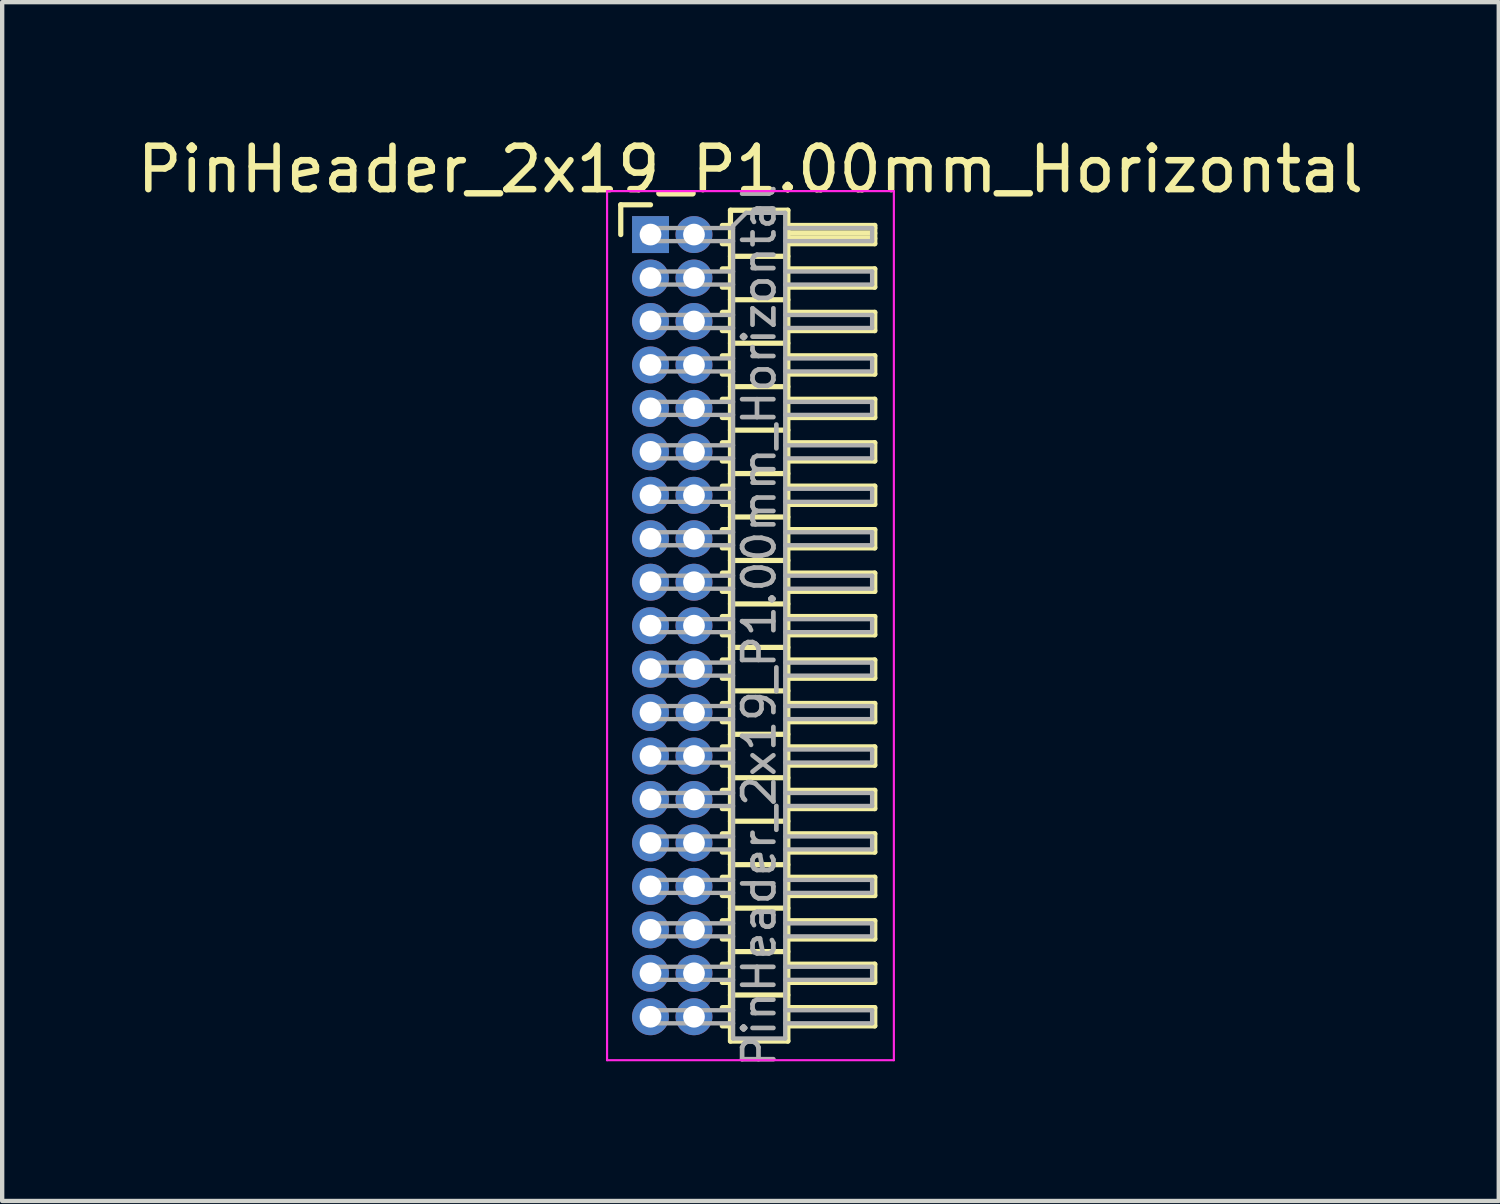
<source format=kicad_pcb>
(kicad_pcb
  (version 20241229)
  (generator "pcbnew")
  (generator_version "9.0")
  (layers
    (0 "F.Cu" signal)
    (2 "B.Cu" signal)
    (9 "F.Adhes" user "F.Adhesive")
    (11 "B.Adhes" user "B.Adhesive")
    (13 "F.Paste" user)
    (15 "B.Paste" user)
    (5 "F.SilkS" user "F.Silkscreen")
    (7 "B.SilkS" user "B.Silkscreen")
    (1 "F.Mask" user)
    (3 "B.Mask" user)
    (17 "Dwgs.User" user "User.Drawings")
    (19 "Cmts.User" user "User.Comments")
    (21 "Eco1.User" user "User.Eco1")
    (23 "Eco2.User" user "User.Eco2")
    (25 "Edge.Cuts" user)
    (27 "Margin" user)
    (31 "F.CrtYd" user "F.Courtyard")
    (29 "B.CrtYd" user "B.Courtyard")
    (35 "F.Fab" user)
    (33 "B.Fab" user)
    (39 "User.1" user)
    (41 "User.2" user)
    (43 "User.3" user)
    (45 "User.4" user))
  (footprint "PinHeader_2x19_P1.00mm_Horizontal"
    (layer "F.Cu")
    (at 11.92 2.348)
    (property "Reference" "PinHeader_2x19_P1.00mm_Horizontal" (at 2.3 -1.5 0) (layer "F.SilkS") (effects (font (size 1 1) (thickness 0.15))))
    (attr through_hole)
    (fp_line (start -0.685 -0.685) (end 0 -0.685) (stroke (width 0.12) (type solid)) (layer "F.SilkS"))
    (fp_line (start -0.685 0) (end -0.685 -0.685) (stroke (width 0.12) (type solid)) (layer "F.SilkS"))
    (fp_line (start 1.652 -0.21) (end 1.84 -0.21) (stroke (width 0.12) (type solid)) (layer "F.SilkS"))
    (fp_line (start 1.652 0.21) (end 1.84 0.21) (stroke (width 0.12) (type solid)) (layer "F.SilkS"))
    (fp_line (start 1.652 0.79) (end 1.84 0.79) (stroke (width 0.12) (type solid)) (layer "F.SilkS"))
    (fp_line (start 1.652 1.21) (end 1.84 1.21) (stroke (width 0.12) (type solid)) (layer "F.SilkS"))
    (fp_line (start 1.652 1.79) (end 1.84 1.79) (stroke (width 0.12) (type solid)) (layer "F.SilkS"))
    (fp_line (start 1.652 2.21) (end 1.84 2.21) (stroke (width 0.12) (type solid)) (layer "F.SilkS"))
    (fp_line (start 1.652 2.79) (end 1.84 2.79) (stroke (width 0.12) (type solid)) (layer "F.SilkS"))
    (fp_line (start 1.652 3.21) (end 1.84 3.21) (stroke (width 0.12) (type solid)) (layer "F.SilkS"))
    (fp_line (start 1.652 3.79) (end 1.84 3.79) (stroke (width 0.12) (type solid)) (layer "F.SilkS"))
    (fp_line (start 1.652 4.21) (end 1.84 4.21) (stroke (width 0.12) (type solid)) (layer "F.SilkS"))
    (fp_line (start 1.652 4.79) (end 1.84 4.79) (stroke (width 0.12) (type solid)) (layer "F.SilkS"))
    (fp_line (start 1.652 5.21) (end 1.84 5.21) (stroke (width 0.12) (type solid)) (layer "F.SilkS"))
    (fp_line (start 1.652 5.79) (end 1.84 5.79) (stroke (width 0.12) (type solid)) (layer "F.SilkS"))
    (fp_line (start 1.652 6.21) (end 1.84 6.21) (stroke (width 0.12) (type solid)) (layer "F.SilkS"))
    (fp_line (start 1.652 6.79) (end 1.84 6.79) (stroke (width 0.12) (type solid)) (layer "F.SilkS"))
    (fp_line (start 1.652 7.21) (end 1.84 7.21) (stroke (width 0.12) (type solid)) (layer "F.SilkS"))
    (fp_line (start 1.652 7.79) (end 1.84 7.79) (stroke (width 0.12) (type solid)) (layer "F.SilkS"))
    (fp_line (start 1.652 8.21) (end 1.84 8.21) (stroke (width 0.12) (type solid)) (layer "F.SilkS"))
    (fp_line (start 1.652 8.79) (end 1.84 8.79) (stroke (width 0.12) (type solid)) (layer "F.SilkS"))
    (fp_line (start 1.652 9.21) (end 1.84 9.21) (stroke (width 0.12) (type solid)) (layer "F.SilkS"))
    (fp_line (start 1.652 9.79) (end 1.84 9.79) (stroke (width 0.12) (type solid)) (layer "F.SilkS"))
    (fp_line (start 1.652 10.21) (end 1.84 10.21) (stroke (width 0.12) (type solid)) (layer "F.SilkS"))
    (fp_line (start 1.652 10.79) (end 1.84 10.79) (stroke (width 0.12) (type solid)) (layer "F.SilkS"))
    (fp_line (start 1.652 11.21) (end 1.84 11.21) (stroke (width 0.12) (type solid)) (layer "F.SilkS"))
    (fp_line (start 1.652 11.79) (end 1.84 11.79) (stroke (width 0.12) (type solid)) (layer "F.SilkS"))
    (fp_line (start 1.652 12.21) (end 1.84 12.21) (stroke (width 0.12) (type solid)) (layer "F.SilkS"))
    (fp_line (start 1.652 12.79) (end 1.84 12.79) (stroke (width 0.12) (type solid)) (layer "F.SilkS"))
    (fp_line (start 1.652 13.21) (end 1.84 13.21) (stroke (width 0.12) (type solid)) (layer "F.SilkS"))
    (fp_line (start 1.652 13.79) (end 1.84 13.79) (stroke (width 0.12) (type solid)) (layer "F.SilkS"))
    (fp_line (start 1.652 14.21) (end 1.84 14.21) (stroke (width 0.12) (type solid)) (layer "F.SilkS"))
    (fp_line (start 1.652 14.79) (end 1.84 14.79) (stroke (width 0.12) (type solid)) (layer "F.SilkS"))
    (fp_line (start 1.652 15.21) (end 1.84 15.21) (stroke (width 0.12) (type solid)) (layer "F.SilkS"))
    (fp_line (start 1.652 15.79) (end 1.84 15.79) (stroke (width 0.12) (type solid)) (layer "F.SilkS"))
    (fp_line (start 1.652 16.21) (end 1.84 16.21) (stroke (width 0.12) (type solid)) (layer "F.SilkS"))
    (fp_line (start 1.652 16.79) (end 1.84 16.79) (stroke (width 0.12) (type solid)) (layer "F.SilkS"))
    (fp_line (start 1.652 17.21) (end 1.84 17.21) (stroke (width 0.12) (type solid)) (layer "F.SilkS"))
    (fp_line (start 1.652 17.79) (end 1.84 17.79) (stroke (width 0.12) (type solid)) (layer "F.SilkS"))
    (fp_line (start 1.652 18.21) (end 1.84 18.21) (stroke (width 0.12) (type solid)) (layer "F.SilkS"))
    (fp_line (start 1.84 -0.56) (end 1.84 18.56) (stroke (width 0.12) (type solid)) (layer "F.SilkS"))
    (fp_line (start 1.84 0.5) (end 3.16 0.5) (stroke (width 0.12) (type solid)) (layer "F.SilkS"))
    (fp_line (start 1.84 1.5) (end 3.16 1.5) (stroke (width 0.12) (type solid)) (layer "F.SilkS"))
    (fp_line (start 1.84 2.5) (end 3.16 2.5) (stroke (width 0.12) (type solid)) (layer "F.SilkS"))
    (fp_line (start 1.84 3.5) (end 3.16 3.5) (stroke (width 0.12) (type solid)) (layer "F.SilkS"))
    (fp_line (start 1.84 4.5) (end 3.16 4.5) (stroke (width 0.12) (type solid)) (layer "F.SilkS"))
    (fp_line (start 1.84 5.5) (end 3.16 5.5) (stroke (width 0.12) (type solid)) (layer "F.SilkS"))
    (fp_line (start 1.84 6.5) (end 3.16 6.5) (stroke (width 0.12) (type solid)) (layer "F.SilkS"))
    (fp_line (start 1.84 7.5) (end 3.16 7.5) (stroke (width 0.12) (type solid)) (layer "F.SilkS"))
    (fp_line (start 1.84 8.5) (end 3.16 8.5) (stroke (width 0.12) (type solid)) (layer "F.SilkS"))
    (fp_line (start 1.84 9.5) (end 3.16 9.5) (stroke (width 0.12) (type solid)) (layer "F.SilkS"))
    (fp_line (start 1.84 10.5) (end 3.16 10.5) (stroke (width 0.12) (type solid)) (layer "F.SilkS"))
    (fp_line (start 1.84 11.5) (end 3.16 11.5) (stroke (width 0.12) (type solid)) (layer "F.SilkS"))
    (fp_line (start 1.84 12.5) (end 3.16 12.5) (stroke (width 0.12) (type solid)) (layer "F.SilkS"))
    (fp_line (start 1.84 13.5) (end 3.16 13.5) (stroke (width 0.12) (type solid)) (layer "F.SilkS"))
    (fp_line (start 1.84 14.5) (end 3.16 14.5) (stroke (width 0.12) (type solid)) (layer "F.SilkS"))
    (fp_line (start 1.84 15.5) (end 3.16 15.5) (stroke (width 0.12) (type solid)) (layer "F.SilkS"))
    (fp_line (start 1.84 16.5) (end 3.16 16.5) (stroke (width 0.12) (type solid)) (layer "F.SilkS"))
    (fp_line (start 1.84 17.5) (end 3.16 17.5) (stroke (width 0.12) (type solid)) (layer "F.SilkS"))
    (fp_line (start 1.84 18.56) (end 3.16 18.56) (stroke (width 0.12) (type solid)) (layer "F.SilkS"))
    (fp_line (start 3.16 -0.56) (end 1.84 -0.56) (stroke (width 0.12) (type solid)) (layer "F.SilkS"))
    (fp_line (start 3.16 -0.21) (end 5.16 -0.21) (stroke (width 0.12) (type solid)) (layer "F.SilkS"))
    (fp_line (start 3.16 -0.15) (end 5.16 -0.15) (stroke (width 0.12) (type solid)) (layer "F.SilkS"))
    (fp_line (start 3.16 -0.03) (end 5.16 -0.03) (stroke (width 0.12) (type solid)) (layer "F.SilkS"))
    (fp_line (start 3.16 0.09) (end 5.16 0.09) (stroke (width 0.12) (type solid)) (layer "F.SilkS"))
    (fp_line (start 3.16 0.79) (end 5.16 0.79) (stroke (width 0.12) (type solid)) (layer "F.SilkS"))
    (fp_line (start 3.16 1.79) (end 5.16 1.79) (stroke (width 0.12) (type solid)) (layer "F.SilkS"))
    (fp_line (start 3.16 2.79) (end 5.16 2.79) (stroke (width 0.12) (type solid)) (layer "F.SilkS"))
    (fp_line (start 3.16 3.79) (end 5.16 3.79) (stroke (width 0.12) (type solid)) (layer "F.SilkS"))
    (fp_line (start 3.16 4.79) (end 5.16 4.79) (stroke (width 0.12) (type solid)) (layer "F.SilkS"))
    (fp_line (start 3.16 5.79) (end 5.16 5.79) (stroke (width 0.12) (type solid)) (layer "F.SilkS"))
    (fp_line (start 3.16 6.79) (end 5.16 6.79) (stroke (width 0.12) (type solid)) (layer "F.SilkS"))
    (fp_line (start 3.16 7.79) (end 5.16 7.79) (stroke (width 0.12) (type solid)) (layer "F.SilkS"))
    (fp_line (start 3.16 8.79) (end 5.16 8.79) (stroke (width 0.12) (type solid)) (layer "F.SilkS"))
    (fp_line (start 3.16 9.79) (end 5.16 9.79) (stroke (width 0.12) (type solid)) (layer "F.SilkS"))
    (fp_line (start 3.16 10.79) (end 5.16 10.79) (stroke (width 0.12) (type solid)) (layer "F.SilkS"))
    (fp_line (start 3.16 11.79) (end 5.16 11.79) (stroke (width 0.12) (type solid)) (layer "F.SilkS"))
    (fp_line (start 3.16 12.79) (end 5.16 12.79) (stroke (width 0.12) (type solid)) (layer "F.SilkS"))
    (fp_line (start 3.16 13.79) (end 5.16 13.79) (stroke (width 0.12) (type solid)) (layer "F.SilkS"))
    (fp_line (start 3.16 14.79) (end 5.16 14.79) (stroke (width 0.12) (type solid)) (layer "F.SilkS"))
    (fp_line (start 3.16 15.79) (end 5.16 15.79) (stroke (width 0.12) (type solid)) (layer "F.SilkS"))
    (fp_line (start 3.16 16.79) (end 5.16 16.79) (stroke (width 0.12) (type solid)) (layer "F.SilkS"))
    (fp_line (start 3.16 17.79) (end 5.16 17.79) (stroke (width 0.12) (type solid)) (layer "F.SilkS"))
    (fp_line (start 3.16 18.56) (end 3.16 -0.56) (stroke (width 0.12) (type solid)) (layer "F.SilkS"))
    (fp_line (start 5.16 -0.21) (end 5.16 0.21) (stroke (width 0.12) (type solid)) (layer "F.SilkS"))
    (fp_line (start 5.16 0.21) (end 3.16 0.21) (stroke (width 0.12) (type solid)) (layer "F.SilkS"))
    (fp_line (start 5.16 0.79) (end 5.16 1.21) (stroke (width 0.12) (type solid)) (layer "F.SilkS"))
    (fp_line (start 5.16 1.21) (end 3.16 1.21) (stroke (width 0.12) (type solid)) (layer "F.SilkS"))
    (fp_line (start 5.16 1.79) (end 5.16 2.21) (stroke (width 0.12) (type solid)) (layer "F.SilkS"))
    (fp_line (start 5.16 2.21) (end 3.16 2.21) (stroke (width 0.12) (type solid)) (layer "F.SilkS"))
    (fp_line (start 5.16 2.79) (end 5.16 3.21) (stroke (width 0.12) (type solid)) (layer "F.SilkS"))
    (fp_line (start 5.16 3.21) (end 3.16 3.21) (stroke (width 0.12) (type solid)) (layer "F.SilkS"))
    (fp_line (start 5.16 3.79) (end 5.16 4.21) (stroke (width 0.12) (type solid)) (layer "F.SilkS"))
    (fp_line (start 5.16 4.21) (end 3.16 4.21) (stroke (width 0.12) (type solid)) (layer "F.SilkS"))
    (fp_line (start 5.16 4.79) (end 5.16 5.21) (stroke (width 0.12) (type solid)) (layer "F.SilkS"))
    (fp_line (start 5.16 5.21) (end 3.16 5.21) (stroke (width 0.12) (type solid)) (layer "F.SilkS"))
    (fp_line (start 5.16 5.79) (end 5.16 6.21) (stroke (width 0.12) (type solid)) (layer "F.SilkS"))
    (fp_line (start 5.16 6.21) (end 3.16 6.21) (stroke (width 0.12) (type solid)) (layer "F.SilkS"))
    (fp_line (start 5.16 6.79) (end 5.16 7.21) (stroke (width 0.12) (type solid)) (layer "F.SilkS"))
    (fp_line (start 5.16 7.21) (end 3.16 7.21) (stroke (width 0.12) (type solid)) (layer "F.SilkS"))
    (fp_line (start 5.16 7.79) (end 5.16 8.21) (stroke (width 0.12) (type solid)) (layer "F.SilkS"))
    (fp_line (start 5.16 8.21) (end 3.16 8.21) (stroke (width 0.12) (type solid)) (layer "F.SilkS"))
    (fp_line (start 5.16 8.79) (end 5.16 9.21) (stroke (width 0.12) (type solid)) (layer "F.SilkS"))
    (fp_line (start 5.16 9.21) (end 3.16 9.21) (stroke (width 0.12) (type solid)) (layer "F.SilkS"))
    (fp_line (start 5.16 9.79) (end 5.16 10.21) (stroke (width 0.12) (type solid)) (layer "F.SilkS"))
    (fp_line (start 5.16 10.21) (end 3.16 10.21) (stroke (width 0.12) (type solid)) (layer "F.SilkS"))
    (fp_line (start 5.16 10.79) (end 5.16 11.21) (stroke (width 0.12) (type solid)) (layer "F.SilkS"))
    (fp_line (start 5.16 11.21) (end 3.16 11.21) (stroke (width 0.12) (type solid)) (layer "F.SilkS"))
    (fp_line (start 5.16 11.79) (end 5.16 12.21) (stroke (width 0.12) (type solid)) (layer "F.SilkS"))
    (fp_line (start 5.16 12.21) (end 3.16 12.21) (stroke (width 0.12) (type solid)) (layer "F.SilkS"))
    (fp_line (start 5.16 12.79) (end 5.16 13.21) (stroke (width 0.12) (type solid)) (layer "F.SilkS"))
    (fp_line (start 5.16 13.21) (end 3.16 13.21) (stroke (width 0.12) (type solid)) (layer "F.SilkS"))
    (fp_line (start 5.16 13.79) (end 5.16 14.21) (stroke (width 0.12) (type solid)) (layer "F.SilkS"))
    (fp_line (start 5.16 14.21) (end 3.16 14.21) (stroke (width 0.12) (type solid)) (layer "F.SilkS"))
    (fp_line (start 5.16 14.79) (end 5.16 15.21) (stroke (width 0.12) (type solid)) (layer "F.SilkS"))
    (fp_line (start 5.16 15.21) (end 3.16 15.21) (stroke (width 0.12) (type solid)) (layer "F.SilkS"))
    (fp_line (start 5.16 15.79) (end 5.16 16.21) (stroke (width 0.12) (type solid)) (layer "F.SilkS"))
    (fp_line (start 5.16 16.21) (end 3.16 16.21) (stroke (width 0.12) (type solid)) (layer "F.SilkS"))
    (fp_line (start 5.16 16.79) (end 5.16 17.21) (stroke (width 0.12) (type solid)) (layer "F.SilkS"))
    (fp_line (start 5.16 17.21) (end 3.16 17.21) (stroke (width 0.12) (type solid)) (layer "F.SilkS"))
    (fp_line (start 5.16 17.79) (end 5.16 18.21) (stroke (width 0.12) (type solid)) (layer "F.SilkS"))
    (fp_line (start 5.16 18.21) (end 3.16 18.21) (stroke (width 0.12) (type solid)) (layer "F.SilkS"))
    (fp_line (start -1 -1) (end -1 19) (stroke (width 0.05) (type solid)) (layer "F.CrtYd"))
    (fp_line (start -1 19) (end 5.6 19) (stroke (width 0.05) (type solid)) (layer "F.CrtYd"))
    (fp_line (start 5.6 -1) (end -1 -1) (stroke (width 0.05) (type solid)) (layer "F.CrtYd"))
    (fp_line (start 5.6 19) (end 5.6 -1) (stroke (width 0.05) (type solid)) (layer "F.CrtYd"))
    (fp_line (start -0.15 -0.15) (end -0.15 0.15) (stroke (width 0.1) (type solid)) (layer "F.Fab"))
    (fp_line (start -0.15 -0.15) (end 1.9 -0.15) (stroke (width 0.1) (type solid)) (layer "F.Fab"))
    (fp_line (start -0.15 0.15) (end 1.9 0.15) (stroke (width 0.1) (type solid)) (layer "F.Fab"))
    (fp_line (start -0.15 0.85) (end -0.15 1.15) (stroke (width 0.1) (type solid)) (layer "F.Fab"))
    (fp_line (start -0.15 0.85) (end 1.9 0.85) (stroke (width 0.1) (type solid)) (layer "F.Fab"))
    (fp_line (start -0.15 1.15) (end 1.9 1.15) (stroke (width 0.1) (type solid)) (layer "F.Fab"))
    (fp_line (start -0.15 1.85) (end -0.15 2.15) (stroke (width 0.1) (type solid)) (layer "F.Fab"))
    (fp_line (start -0.15 1.85) (end 1.9 1.85) (stroke (width 0.1) (type solid)) (layer "F.Fab"))
    (fp_line (start -0.15 2.15) (end 1.9 2.15) (stroke (width 0.1) (type solid)) (layer "F.Fab"))
    (fp_line (start -0.15 2.85) (end -0.15 3.15) (stroke (width 0.1) (type solid)) (layer "F.Fab"))
    (fp_line (start -0.15 2.85) (end 1.9 2.85) (stroke (width 0.1) (type solid)) (layer "F.Fab"))
    (fp_line (start -0.15 3.15) (end 1.9 3.15) (stroke (width 0.1) (type solid)) (layer "F.Fab"))
    (fp_line (start -0.15 3.85) (end -0.15 4.15) (stroke (width 0.1) (type solid)) (layer "F.Fab"))
    (fp_line (start -0.15 3.85) (end 1.9 3.85) (stroke (width 0.1) (type solid)) (layer "F.Fab"))
    (fp_line (start -0.15 4.15) (end 1.9 4.15) (stroke (width 0.1) (type solid)) (layer "F.Fab"))
    (fp_line (start -0.15 4.85) (end -0.15 5.15) (stroke (width 0.1) (type solid)) (layer "F.Fab"))
    (fp_line (start -0.15 4.85) (end 1.9 4.85) (stroke (width 0.1) (type solid)) (layer "F.Fab"))
    (fp_line (start -0.15 5.15) (end 1.9 5.15) (stroke (width 0.1) (type solid)) (layer "F.Fab"))
    (fp_line (start -0.15 5.85) (end -0.15 6.15) (stroke (width 0.1) (type solid)) (layer "F.Fab"))
    (fp_line (start -0.15 5.85) (end 1.9 5.85) (stroke (width 0.1) (type solid)) (layer "F.Fab"))
    (fp_line (start -0.15 6.15) (end 1.9 6.15) (stroke (width 0.1) (type solid)) (layer "F.Fab"))
    (fp_line (start -0.15 6.85) (end -0.15 7.15) (stroke (width 0.1) (type solid)) (layer "F.Fab"))
    (fp_line (start -0.15 6.85) (end 1.9 6.85) (stroke (width 0.1) (type solid)) (layer "F.Fab"))
    (fp_line (start -0.15 7.15) (end 1.9 7.15) (stroke (width 0.1) (type solid)) (layer "F.Fab"))
    (fp_line (start -0.15 7.85) (end -0.15 8.15) (stroke (width 0.1) (type solid)) (layer "F.Fab"))
    (fp_line (start -0.15 7.85) (end 1.9 7.85) (stroke (width 0.1) (type solid)) (layer "F.Fab"))
    (fp_line (start -0.15 8.15) (end 1.9 8.15) (stroke (width 0.1) (type solid)) (layer "F.Fab"))
    (fp_line (start -0.15 8.85) (end -0.15 9.15) (stroke (width 0.1) (type solid)) (layer "F.Fab"))
    (fp_line (start -0.15 8.85) (end 1.9 8.85) (stroke (width 0.1) (type solid)) (layer "F.Fab"))
    (fp_line (start -0.15 9.15) (end 1.9 9.15) (stroke (width 0.1) (type solid)) (layer "F.Fab"))
    (fp_line (start -0.15 9.85) (end -0.15 10.15) (stroke (width 0.1) (type solid)) (layer "F.Fab"))
    (fp_line (start -0.15 9.85) (end 1.9 9.85) (stroke (width 0.1) (type solid)) (layer "F.Fab"))
    (fp_line (start -0.15 10.15) (end 1.9 10.15) (stroke (width 0.1) (type solid)) (layer "F.Fab"))
    (fp_line (start -0.15 10.85) (end -0.15 11.15) (stroke (width 0.1) (type solid)) (layer "F.Fab"))
    (fp_line (start -0.15 10.85) (end 1.9 10.85) (stroke (width 0.1) (type solid)) (layer "F.Fab"))
    (fp_line (start -0.15 11.15) (end 1.9 11.15) (stroke (width 0.1) (type solid)) (layer "F.Fab"))
    (fp_line (start -0.15 11.85) (end -0.15 12.15) (stroke (width 0.1) (type solid)) (layer "F.Fab"))
    (fp_line (start -0.15 11.85) (end 1.9 11.85) (stroke (width 0.1) (type solid)) (layer "F.Fab"))
    (fp_line (start -0.15 12.15) (end 1.9 12.15) (stroke (width 0.1) (type solid)) (layer "F.Fab"))
    (fp_line (start -0.15 12.85) (end -0.15 13.15) (stroke (width 0.1) (type solid)) (layer "F.Fab"))
    (fp_line (start -0.15 12.85) (end 1.9 12.85) (stroke (width 0.1) (type solid)) (layer "F.Fab"))
    (fp_line (start -0.15 13.15) (end 1.9 13.15) (stroke (width 0.1) (type solid)) (layer "F.Fab"))
    (fp_line (start -0.15 13.85) (end -0.15 14.15) (stroke (width 0.1) (type solid)) (layer "F.Fab"))
    (fp_line (start -0.15 13.85) (end 1.9 13.85) (stroke (width 0.1) (type solid)) (layer "F.Fab"))
    (fp_line (start -0.15 14.15) (end 1.9 14.15) (stroke (width 0.1) (type solid)) (layer "F.Fab"))
    (fp_line (start -0.15 14.85) (end -0.15 15.15) (stroke (width 0.1) (type solid)) (layer "F.Fab"))
    (fp_line (start -0.15 14.85) (end 1.9 14.85) (stroke (width 0.1) (type solid)) (layer "F.Fab"))
    (fp_line (start -0.15 15.15) (end 1.9 15.15) (stroke (width 0.1) (type solid)) (layer "F.Fab"))
    (fp_line (start -0.15 15.85) (end -0.15 16.15) (stroke (width 0.1) (type solid)) (layer "F.Fab"))
    (fp_line (start -0.15 15.85) (end 1.9 15.85) (stroke (width 0.1) (type solid)) (layer "F.Fab"))
    (fp_line (start -0.15 16.15) (end 1.9 16.15) (stroke (width 0.1) (type solid)) (layer "F.Fab"))
    (fp_line (start -0.15 16.85) (end -0.15 17.15) (stroke (width 0.1) (type solid)) (layer "F.Fab"))
    (fp_line (start -0.15 16.85) (end 1.9 16.85) (stroke (width 0.1) (type solid)) (layer "F.Fab"))
    (fp_line (start -0.15 17.15) (end 1.9 17.15) (stroke (width 0.1) (type solid)) (layer "F.Fab"))
    (fp_line (start -0.15 17.85) (end -0.15 18.15) (stroke (width 0.1) (type solid)) (layer "F.Fab"))
    (fp_line (start -0.15 17.85) (end 1.9 17.85) (stroke (width 0.1) (type solid)) (layer "F.Fab"))
    (fp_line (start -0.15 18.15) (end 1.9 18.15) (stroke (width 0.1) (type solid)) (layer "F.Fab"))
    (fp_line (start 1.9 -0.2) (end 2.2 -0.5) (stroke (width 0.1) (type solid)) (layer "F.Fab"))
    (fp_line (start 1.9 18.5) (end 1.9 -0.2) (stroke (width 0.1) (type solid)) (layer "F.Fab"))
    (fp_line (start 2.2 -0.5) (end 3.1 -0.5) (stroke (width 0.1) (type solid)) (layer "F.Fab"))
    (fp_line (start 3.1 -0.5) (end 3.1 18.5) (stroke (width 0.1) (type solid)) (layer "F.Fab"))
    (fp_line (start 3.1 -0.15) (end 5.1 -0.15) (stroke (width 0.1) (type solid)) (layer "F.Fab"))
    (fp_line (start 3.1 0.15) (end 5.1 0.15) (stroke (width 0.1) (type solid)) (layer "F.Fab"))
    (fp_line (start 3.1 0.85) (end 5.1 0.85) (stroke (width 0.1) (type solid)) (layer "F.Fab"))
    (fp_line (start 3.1 1.15) (end 5.1 1.15) (stroke (width 0.1) (type solid)) (layer "F.Fab"))
    (fp_line (start 3.1 1.85) (end 5.1 1.85) (stroke (width 0.1) (type solid)) (layer "F.Fab"))
    (fp_line (start 3.1 2.15) (end 5.1 2.15) (stroke (width 0.1) (type solid)) (layer "F.Fab"))
    (fp_line (start 3.1 2.85) (end 5.1 2.85) (stroke (width 0.1) (type solid)) (layer "F.Fab"))
    (fp_line (start 3.1 3.15) (end 5.1 3.15) (stroke (width 0.1) (type solid)) (layer "F.Fab"))
    (fp_line (start 3.1 3.85) (end 5.1 3.85) (stroke (width 0.1) (type solid)) (layer "F.Fab"))
    (fp_line (start 3.1 4.15) (end 5.1 4.15) (stroke (width 0.1) (type solid)) (layer "F.Fab"))
    (fp_line (start 3.1 4.85) (end 5.1 4.85) (stroke (width 0.1) (type solid)) (layer "F.Fab"))
    (fp_line (start 3.1 5.15) (end 5.1 5.15) (stroke (width 0.1) (type solid)) (layer "F.Fab"))
    (fp_line (start 3.1 5.85) (end 5.1 5.85) (stroke (width 0.1) (type solid)) (layer "F.Fab"))
    (fp_line (start 3.1 6.15) (end 5.1 6.15) (stroke (width 0.1) (type solid)) (layer "F.Fab"))
    (fp_line (start 3.1 6.85) (end 5.1 6.85) (stroke (width 0.1) (type solid)) (layer "F.Fab"))
    (fp_line (start 3.1 7.15) (end 5.1 7.15) (stroke (width 0.1) (type solid)) (layer "F.Fab"))
    (fp_line (start 3.1 7.85) (end 5.1 7.85) (stroke (width 0.1) (type solid)) (layer "F.Fab"))
    (fp_line (start 3.1 8.15) (end 5.1 8.15) (stroke (width 0.1) (type solid)) (layer "F.Fab"))
    (fp_line (start 3.1 8.85) (end 5.1 8.85) (stroke (width 0.1) (type solid)) (layer "F.Fab"))
    (fp_line (start 3.1 9.15) (end 5.1 9.15) (stroke (width 0.1) (type solid)) (layer "F.Fab"))
    (fp_line (start 3.1 9.85) (end 5.1 9.85) (stroke (width 0.1) (type solid)) (layer "F.Fab"))
    (fp_line (start 3.1 10.15) (end 5.1 10.15) (stroke (width 0.1) (type solid)) (layer "F.Fab"))
    (fp_line (start 3.1 10.85) (end 5.1 10.85) (stroke (width 0.1) (type solid)) (layer "F.Fab"))
    (fp_line (start 3.1 11.15) (end 5.1 11.15) (stroke (width 0.1) (type solid)) (layer "F.Fab"))
    (fp_line (start 3.1 11.85) (end 5.1 11.85) (stroke (width 0.1) (type solid)) (layer "F.Fab"))
    (fp_line (start 3.1 12.15) (end 5.1 12.15) (stroke (width 0.1) (type solid)) (layer "F.Fab"))
    (fp_line (start 3.1 12.85) (end 5.1 12.85) (stroke (width 0.1) (type solid)) (layer "F.Fab"))
    (fp_line (start 3.1 13.15) (end 5.1 13.15) (stroke (width 0.1) (type solid)) (layer "F.Fab"))
    (fp_line (start 3.1 13.85) (end 5.1 13.85) (stroke (width 0.1) (type solid)) (layer "F.Fab"))
    (fp_line (start 3.1 14.15) (end 5.1 14.15) (stroke (width 0.1) (type solid)) (layer "F.Fab"))
    (fp_line (start 3.1 14.85) (end 5.1 14.85) (stroke (width 0.1) (type solid)) (layer "F.Fab"))
    (fp_line (start 3.1 15.15) (end 5.1 15.15) (stroke (width 0.1) (type solid)) (layer "F.Fab"))
    (fp_line (start 3.1 15.85) (end 5.1 15.85) (stroke (width 0.1) (type solid)) (layer "F.Fab"))
    (fp_line (start 3.1 16.15) (end 5.1 16.15) (stroke (width 0.1) (type solid)) (layer "F.Fab"))
    (fp_line (start 3.1 16.85) (end 5.1 16.85) (stroke (width 0.1) (type solid)) (layer "F.Fab"))
    (fp_line (start 3.1 17.15) (end 5.1 17.15) (stroke (width 0.1) (type solid)) (layer "F.Fab"))
    (fp_line (start 3.1 17.85) (end 5.1 17.85) (stroke (width 0.1) (type solid)) (layer "F.Fab"))
    (fp_line (start 3.1 18.15) (end 5.1 18.15) (stroke (width 0.1) (type solid)) (layer "F.Fab"))
    (fp_line (start 3.1 18.5) (end 1.9 18.5) (stroke (width 0.1) (type solid)) (layer "F.Fab"))
    (fp_line (start 5.1 -0.15) (end 5.1 0.15) (stroke (width 0.1) (type solid)) (layer "F.Fab"))
    (fp_line (start 5.1 0.85) (end 5.1 1.15) (stroke (width 0.1) (type solid)) (layer "F.Fab"))
    (fp_line (start 5.1 1.85) (end 5.1 2.15) (stroke (width 0.1) (type solid)) (layer "F.Fab"))
    (fp_line (start 5.1 2.85) (end 5.1 3.15) (stroke (width 0.1) (type solid)) (layer "F.Fab"))
    (fp_line (start 5.1 3.85) (end 5.1 4.15) (stroke (width 0.1) (type solid)) (layer "F.Fab"))
    (fp_line (start 5.1 4.85) (end 5.1 5.15) (stroke (width 0.1) (type solid)) (layer "F.Fab"))
    (fp_line (start 5.1 5.85) (end 5.1 6.15) (stroke (width 0.1) (type solid)) (layer "F.Fab"))
    (fp_line (start 5.1 6.85) (end 5.1 7.15) (stroke (width 0.1) (type solid)) (layer "F.Fab"))
    (fp_line (start 5.1 7.85) (end 5.1 8.15) (stroke (width 0.1) (type solid)) (layer "F.Fab"))
    (fp_line (start 5.1 8.85) (end 5.1 9.15) (stroke (width 0.1) (type solid)) (layer "F.Fab"))
    (fp_line (start 5.1 9.85) (end 5.1 10.15) (stroke (width 0.1) (type solid)) (layer "F.Fab"))
    (fp_line (start 5.1 10.85) (end 5.1 11.15) (stroke (width 0.1) (type solid)) (layer "F.Fab"))
    (fp_line (start 5.1 11.85) (end 5.1 12.15) (stroke (width 0.1) (type solid)) (layer "F.Fab"))
    (fp_line (start 5.1 12.85) (end 5.1 13.15) (stroke (width 0.1) (type solid)) (layer "F.Fab"))
    (fp_line (start 5.1 13.85) (end 5.1 14.15) (stroke (width 0.1) (type solid)) (layer "F.Fab"))
    (fp_line (start 5.1 14.85) (end 5.1 15.15) (stroke (width 0.1) (type solid)) (layer "F.Fab"))
    (fp_line (start 5.1 15.85) (end 5.1 16.15) (stroke (width 0.1) (type solid)) (layer "F.Fab"))
    (fp_line (start 5.1 16.85) (end 5.1 17.15) (stroke (width 0.1) (type solid)) (layer "F.Fab"))
    (fp_line (start 5.1 17.85) (end 5.1 18.15) (stroke (width 0.1) (type solid)) (layer "F.Fab"))
    (fp_text user "${REFERENCE}" (at 2.5 9 90) (layer "F.Fab") (effects (font (size 0.72 0.72) (thickness 0.108))))
    (pad "1" thru_hole rect (at 0 0) (size 0.85 0.85) (drill 0.5) (layers "*.Cu" "*.Mask"))
    (pad "2" thru_hole oval (at 1 0) (size 0.85 0.85) (drill 0.5) (layers "*.Cu" "*.Mask"))
    (pad "3" thru_hole oval (at 0 1) (size 0.85 0.85) (drill 0.5) (layers "*.Cu" "*.Mask"))
    (pad "4" thru_hole oval (at 1 1) (size 0.85 0.85) (drill 0.5) (layers "*.Cu" "*.Mask"))
    (pad "5" thru_hole oval (at 0 2) (size 0.85 0.85) (drill 0.5) (layers "*.Cu" "*.Mask"))
    (pad "6" thru_hole oval (at 1 2) (size 0.85 0.85) (drill 0.5) (layers "*.Cu" "*.Mask"))
    (pad "7" thru_hole oval (at 0 3) (size 0.85 0.85) (drill 0.5) (layers "*.Cu" "*.Mask"))
    (pad "8" thru_hole oval (at 1 3) (size 0.85 0.85) (drill 0.5) (layers "*.Cu" "*.Mask"))
    (pad "9" thru_hole oval (at 0 4) (size 0.85 0.85) (drill 0.5) (layers "*.Cu" "*.Mask"))
    (pad "10" thru_hole oval (at 1 4) (size 0.85 0.85) (drill 0.5) (layers "*.Cu" "*.Mask"))
    (pad "11" thru_hole oval (at 0 5) (size 0.85 0.85) (drill 0.5) (layers "*.Cu" "*.Mask"))
    (pad "12" thru_hole oval (at 1 5) (size 0.85 0.85) (drill 0.5) (layers "*.Cu" "*.Mask"))
    (pad "13" thru_hole oval (at 0 6) (size 0.85 0.85) (drill 0.5) (layers "*.Cu" "*.Mask"))
    (pad "14" thru_hole oval (at 1 6) (size 0.85 0.85) (drill 0.5) (layers "*.Cu" "*.Mask"))
    (pad "15" thru_hole oval (at 0 7) (size 0.85 0.85) (drill 0.5) (layers "*.Cu" "*.Mask"))
    (pad "16" thru_hole oval (at 1 7) (size 0.85 0.85) (drill 0.5) (layers "*.Cu" "*.Mask"))
    (pad "17" thru_hole oval (at 0 8) (size 0.85 0.85) (drill 0.5) (layers "*.Cu" "*.Mask"))
    (pad "18" thru_hole oval (at 1 8) (size 0.85 0.85) (drill 0.5) (layers "*.Cu" "*.Mask"))
    (pad "19" thru_hole oval (at 0 9) (size 0.85 0.85) (drill 0.5) (layers "*.Cu" "*.Mask"))
    (pad "20" thru_hole oval (at 1 9) (size 0.85 0.85) (drill 0.5) (layers "*.Cu" "*.Mask"))
    (pad "21" thru_hole oval (at 0 10) (size 0.85 0.85) (drill 0.5) (layers "*.Cu" "*.Mask"))
    (pad "22" thru_hole oval (at 1 10) (size 0.85 0.85) (drill 0.5) (layers "*.Cu" "*.Mask"))
    (pad "23" thru_hole oval (at 0 11) (size 0.85 0.85) (drill 0.5) (layers "*.Cu" "*.Mask"))
    (pad "24" thru_hole oval (at 1 11) (size 0.85 0.85) (drill 0.5) (layers "*.Cu" "*.Mask"))
    (pad "25" thru_hole oval (at 0 12) (size 0.85 0.85) (drill 0.5) (layers "*.Cu" "*.Mask"))
    (pad "26" thru_hole oval (at 1 12) (size 0.85 0.85) (drill 0.5) (layers "*.Cu" "*.Mask"))
    (pad "27" thru_hole oval (at 0 13) (size 0.85 0.85) (drill 0.5) (layers "*.Cu" "*.Mask"))
    (pad "28" thru_hole oval (at 1 13) (size 0.85 0.85) (drill 0.5) (layers "*.Cu" "*.Mask"))
    (pad "29" thru_hole oval (at 0 14) (size 0.85 0.85) (drill 0.5) (layers "*.Cu" "*.Mask"))
    (pad "30" thru_hole oval (at 1 14) (size 0.85 0.85) (drill 0.5) (layers "*.Cu" "*.Mask"))
    (pad "31" thru_hole oval (at 0 15) (size 0.85 0.85) (drill 0.5) (layers "*.Cu" "*.Mask"))
    (pad "32" thru_hole oval (at 1 15) (size 0.85 0.85) (drill 0.5) (layers "*.Cu" "*.Mask"))
    (pad "33" thru_hole oval (at 0 16) (size 0.85 0.85) (drill 0.5) (layers "*.Cu" "*.Mask"))
    (pad "34" thru_hole oval (at 1 16) (size 0.85 0.85) (drill 0.5) (layers "*.Cu" "*.Mask"))
    (pad "35" thru_hole oval (at 0 17) (size 0.85 0.85) (drill 0.5) (layers "*.Cu" "*.Mask"))
    (pad "36" thru_hole oval (at 1 17) (size 0.85 0.85) (drill 0.5) (layers "*.Cu" "*.Mask"))
    (pad "37" thru_hole oval (at 0 18) (size 0.85 0.85) (drill 0.5) (layers "*.Cu" "*.Mask"))
    (pad "38" thru_hole oval (at 1 18) (size 0.85 0.85) (drill 0.5) (layers "*.Cu" "*.Mask")))
  (gr_rect
    (start -3 -3)
    (end 31.44 24.587)
    (stroke (width 0.1) (type default))
    (fill no)
    (layer "Edge.Cuts")))
</source>
